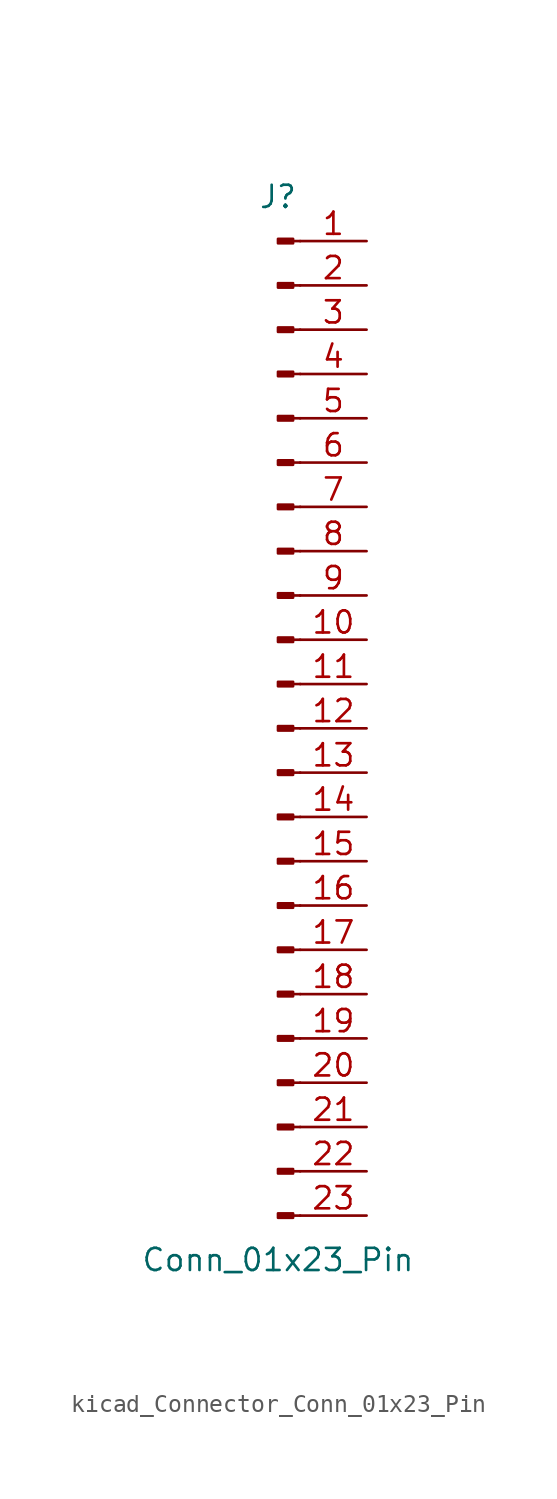
<source format=kicad_sym>
(kicad_symbol_lib
  (version 20220914)
  (generator kicad_symbol_editor)
  (symbol "kicad_Connector_Conn_01x23_Pin"
    (pin_names
      (offset 1.016) hide)
    (property "Reference" "J"
      (at 0 30.48 0)
      (effects (font (size 1.27 1.27))))
    (property "Value" "Conn_01x23_Pin"
      (at 0 -30.48 0)
      (effects (font (size 1.27 1.27))))
    (property "ki_locked" ""
      (at 0 0 0)
      (effects (font (size 1.27 1.27))))
    (symbol "kicad_Connector_Conn_01x23_Pin_1_1"
      (polyline (pts (xy 1.27 -27.94) (xy 0.864 -27.94)) (stroke (width 0.152) (type default)) (fill (type none)))
      (polyline (pts (xy 1.27 -25.4) (xy 0.864 -25.4)) (stroke (width 0.152) (type default)) (fill (type none)))
      (polyline (pts (xy 1.27 -22.86) (xy 0.864 -22.86)) (stroke (width 0.152) (type default)) (fill (type none)))
      (polyline (pts (xy 1.27 -20.32) (xy 0.864 -20.32)) (stroke (width 0.152) (type default)) (fill (type none)))
      (polyline (pts (xy 1.27 -17.78) (xy 0.864 -17.78)) (stroke (width 0.152) (type default)) (fill (type none)))
      (polyline (pts (xy 1.27 -15.24) (xy 0.864 -15.24)) (stroke (width 0.152) (type default)) (fill (type none)))
      (polyline (pts (xy 1.27 -12.7) (xy 0.864 -12.7)) (stroke (width 0.152) (type default)) (fill (type none)))
      (polyline (pts (xy 1.27 -10.16) (xy 0.864 -10.16)) (stroke (width 0.152) (type default)) (fill (type none)))
      (polyline (pts (xy 1.27 -7.62) (xy 0.864 -7.62)) (stroke (width 0.152) (type default)) (fill (type none)))
      (polyline (pts (xy 1.27 -5.08) (xy 0.864 -5.08)) (stroke (width 0.152) (type default)) (fill (type none)))
      (polyline (pts (xy 1.27 -2.54) (xy 0.864 -2.54)) (stroke (width 0.152) (type default)) (fill (type none)))
      (polyline (pts (xy 1.27 0) (xy 0.864 0)) (stroke (width 0.152) (type default)) (fill (type none)))
      (polyline (pts (xy 1.27 2.54) (xy 0.864 2.54)) (stroke (width 0.152) (type default)) (fill (type none)))
      (polyline (pts (xy 1.27 5.08) (xy 0.864 5.08)) (stroke (width 0.152) (type default)) (fill (type none)))
      (polyline (pts (xy 1.27 7.62) (xy 0.864 7.62)) (stroke (width 0.152) (type default)) (fill (type none)))
      (polyline (pts (xy 1.27 10.16) (xy 0.864 10.16)) (stroke (width 0.152) (type default)) (fill (type none)))
      (polyline (pts (xy 1.27 12.7) (xy 0.864 12.7)) (stroke (width 0.152) (type default)) (fill (type none)))
      (polyline (pts (xy 1.27 15.24) (xy 0.864 15.24)) (stroke (width 0.152) (type default)) (fill (type none)))
      (polyline (pts (xy 1.27 17.78) (xy 0.864 17.78)) (stroke (width 0.152) (type default)) (fill (type none)))
      (polyline (pts (xy 1.27 20.32) (xy 0.864 20.32)) (stroke (width 0.152) (type default)) (fill (type none)))
      (polyline (pts (xy 1.27 22.86) (xy 0.864 22.86)) (stroke (width 0.152) (type default)) (fill (type none)))
      (polyline (pts (xy 1.27 25.4) (xy 0.864 25.4)) (stroke (width 0.152) (type default)) (fill (type none)))
      (polyline (pts (xy 1.27 27.94) (xy 0.864 27.94)) (stroke (width 0.152) (type default)) (fill (type none)))
      (rectangle (start 0.864 -27.813) (end 0 -28.067) (stroke (width 0.152) (type default)) (fill (type outline)))
      (rectangle (start 0.864 -25.273) (end 0 -25.527) (stroke (width 0.152) (type default)) (fill (type outline)))
      (rectangle (start 0.864 -22.733) (end 0 -22.987) (stroke (width 0.152) (type default)) (fill (type outline)))
      (rectangle (start 0.864 -20.193) (end 0 -20.447) (stroke (width 0.152) (type default)) (fill (type outline)))
      (rectangle (start 0.864 -17.653) (end 0 -17.907) (stroke (width 0.152) (type default)) (fill (type outline)))
      (rectangle (start 0.864 -15.113) (end 0 -15.367) (stroke (width 0.152) (type default)) (fill (type outline)))
      (rectangle (start 0.864 -12.573) (end 0 -12.827) (stroke (width 0.152) (type default)) (fill (type outline)))
      (rectangle (start 0.864 -10.033) (end 0 -10.287) (stroke (width 0.152) (type default)) (fill (type outline)))
      (rectangle (start 0.864 -7.493) (end 0 -7.747) (stroke (width 0.152) (type default)) (fill (type outline)))
      (rectangle (start 0.864 -4.953) (end 0 -5.207) (stroke (width 0.152) (type default)) (fill (type outline)))
      (rectangle (start 0.864 -2.413) (end 0 -2.667) (stroke (width 0.152) (type default)) (fill (type outline)))
      (rectangle (start 0.864 0.127) (end 0 -0.127) (stroke (width 0.152) (type default)) (fill (type outline)))
      (rectangle (start 0.864 2.667) (end 0 2.413) (stroke (width 0.152) (type default)) (fill (type outline)))
      (rectangle (start 0.864 5.207) (end 0 4.953) (stroke (width 0.152) (type default)) (fill (type outline)))
      (rectangle (start 0.864 7.747) (end 0 7.493) (stroke (width 0.152) (type default)) (fill (type outline)))
      (rectangle (start 0.864 10.287) (end 0 10.033) (stroke (width 0.152) (type default)) (fill (type outline)))
      (rectangle (start 0.864 12.827) (end 0 12.573) (stroke (width 0.152) (type default)) (fill (type outline)))
      (rectangle (start 0.864 15.367) (end 0 15.113) (stroke (width 0.152) (type default)) (fill (type outline)))
      (rectangle (start 0.864 17.907) (end 0 17.653) (stroke (width 0.152) (type default)) (fill (type outline)))
      (rectangle (start 0.864 20.447) (end 0 20.193) (stroke (width 0.152) (type default)) (fill (type outline)))
      (rectangle (start 0.864 22.987) (end 0 22.733) (stroke (width 0.152) (type default)) (fill (type outline)))
      (rectangle (start 0.864 25.527) (end 0 25.273) (stroke (width 0.152) (type default)) (fill (type outline)))
      (rectangle (start 0.864 28.067) (end 0 27.813) (stroke (width 0.152) (type default)) (fill (type outline)))
      (pin passive line (at 5.08 27.94 180) (length 3.81) (name "Pin_1" (effects (font (size 1.27 1.27)))) (number "1" (effects (font (size 1.27 1.27)))))
      (pin passive line (at 5.08 5.08 180) (length 3.81) (name "Pin_10" (effects (font (size 1.27 1.27)))) (number "10" (effects (font (size 1.27 1.27)))))
      (pin passive line (at 5.08 2.54 180) (length 3.81) (name "Pin_11" (effects (font (size 1.27 1.27)))) (number "11" (effects (font (size 1.27 1.27)))))
      (pin passive line (at 5.08 0 180) (length 3.81) (name "Pin_12" (effects (font (size 1.27 1.27)))) (number "12" (effects (font (size 1.27 1.27)))))
      (pin passive line (at 5.08 -2.54 180) (length 3.81) (name "Pin_13" (effects (font (size 1.27 1.27)))) (number "13" (effects (font (size 1.27 1.27)))))
      (pin passive line (at 5.08 -5.08 180) (length 3.81) (name "Pin_14" (effects (font (size 1.27 1.27)))) (number "14" (effects (font (size 1.27 1.27)))))
      (pin passive line (at 5.08 -7.62 180) (length 3.81) (name "Pin_15" (effects (font (size 1.27 1.27)))) (number "15" (effects (font (size 1.27 1.27)))))
      (pin passive line (at 5.08 -10.16 180) (length 3.81) (name "Pin_16" (effects (font (size 1.27 1.27)))) (number "16" (effects (font (size 1.27 1.27)))))
      (pin passive line (at 5.08 -12.7 180) (length 3.81) (name "Pin_17" (effects (font (size 1.27 1.27)))) (number "17" (effects (font (size 1.27 1.27)))))
      (pin passive line (at 5.08 -15.24 180) (length 3.81) (name "Pin_18" (effects (font (size 1.27 1.27)))) (number "18" (effects (font (size 1.27 1.27)))))
      (pin passive line (at 5.08 -17.78 180) (length 3.81) (name "Pin_19" (effects (font (size 1.27 1.27)))) (number "19" (effects (font (size 1.27 1.27)))))
      (pin passive line (at 5.08 25.4 180) (length 3.81) (name "Pin_2" (effects (font (size 1.27 1.27)))) (number "2" (effects (font (size 1.27 1.27)))))
      (pin passive line (at 5.08 -20.32 180) (length 3.81) (name "Pin_20" (effects (font (size 1.27 1.27)))) (number "20" (effects (font (size 1.27 1.27)))))
      (pin passive line (at 5.08 -22.86 180) (length 3.81) (name "Pin_21" (effects (font (size 1.27 1.27)))) (number "21" (effects (font (size 1.27 1.27)))))
      (pin passive line (at 5.08 -25.4 180) (length 3.81) (name "Pin_22" (effects (font (size 1.27 1.27)))) (number "22" (effects (font (size 1.27 1.27)))))
      (pin passive line (at 5.08 -27.94 180) (length 3.81) (name "Pin_23" (effects (font (size 1.27 1.27)))) (number "23" (effects (font (size 1.27 1.27)))))
      (pin passive line (at 5.08 22.86 180) (length 3.81) (name "Pin_3" (effects (font (size 1.27 1.27)))) (number "3" (effects (font (size 1.27 1.27)))))
      (pin passive line (at 5.08 20.32 180) (length 3.81) (name "Pin_4" (effects (font (size 1.27 1.27)))) (number "4" (effects (font (size 1.27 1.27)))))
      (pin passive line (at 5.08 17.78 180) (length 3.81) (name "Pin_5" (effects (font (size 1.27 1.27)))) (number "5" (effects (font (size 1.27 1.27)))))
      (pin passive line (at 5.08 15.24 180) (length 3.81) (name "Pin_6" (effects (font (size 1.27 1.27)))) (number "6" (effects (font (size 1.27 1.27)))))
      (pin passive line (at 5.08 12.7 180) (length 3.81) (name "Pin_7" (effects (font (size 1.27 1.27)))) (number "7" (effects (font (size 1.27 1.27)))))
      (pin passive line (at 5.08 10.16 180) (length 3.81) (name "Pin_8" (effects (font (size 1.27 1.27)))) (number "8" (effects (font (size 1.27 1.27)))))
      (pin passive line (at 5.08 7.62 180) (length 3.81) (name "Pin_9" (effects (font (size 1.27 1.27)))) (number "9" (effects (font (size 1.27 1.27))))))))
</source>
